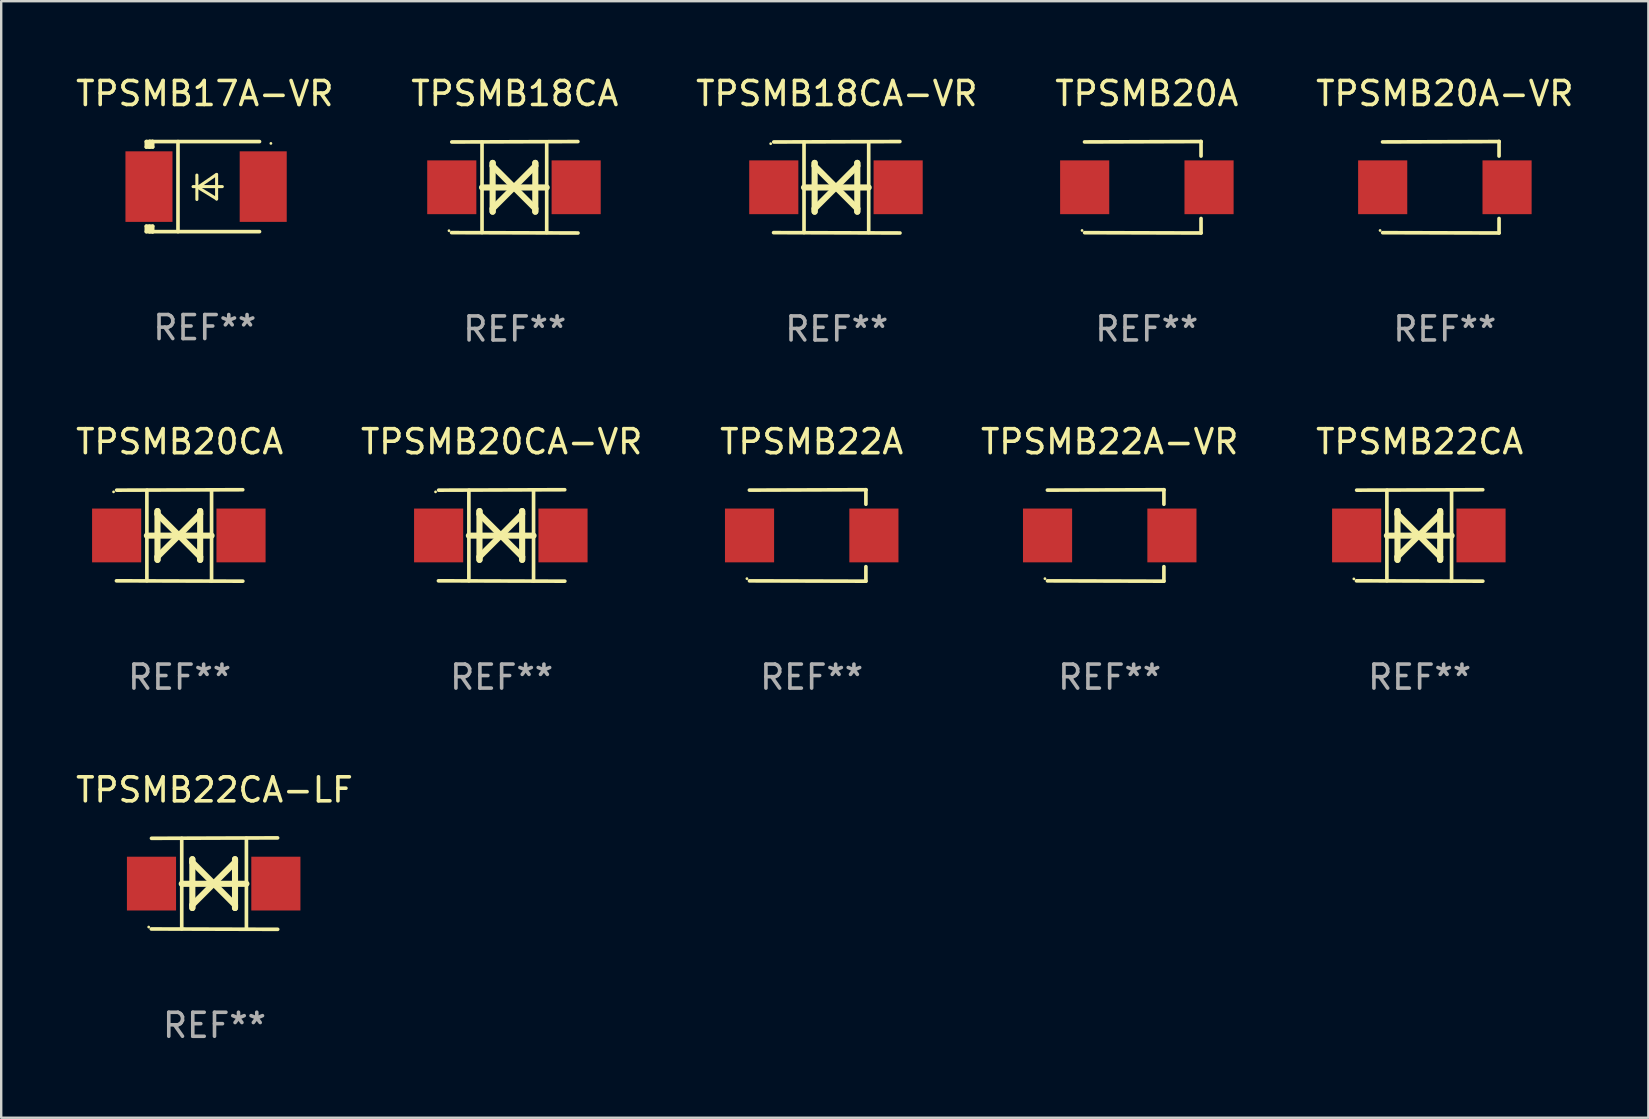
<source format=kicad_pcb>
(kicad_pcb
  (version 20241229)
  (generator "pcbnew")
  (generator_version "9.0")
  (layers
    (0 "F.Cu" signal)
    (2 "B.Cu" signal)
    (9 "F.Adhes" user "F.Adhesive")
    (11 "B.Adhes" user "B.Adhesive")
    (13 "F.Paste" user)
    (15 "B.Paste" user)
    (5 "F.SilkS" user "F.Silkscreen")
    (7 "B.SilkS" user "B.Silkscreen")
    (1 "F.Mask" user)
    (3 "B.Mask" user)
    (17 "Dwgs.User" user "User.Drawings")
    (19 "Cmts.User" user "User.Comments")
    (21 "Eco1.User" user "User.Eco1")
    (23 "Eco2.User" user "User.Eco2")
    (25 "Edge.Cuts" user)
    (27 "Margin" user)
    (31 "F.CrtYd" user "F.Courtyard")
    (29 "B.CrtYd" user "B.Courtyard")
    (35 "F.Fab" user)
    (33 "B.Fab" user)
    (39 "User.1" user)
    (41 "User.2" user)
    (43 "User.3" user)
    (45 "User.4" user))
  (footprint "TPSMB22CA"
    (layer "F.Cu")
    (at 56.101 19.26)
    (property "Reference" "TPSMB22CA" (at 0 -3.905 0) (layer "F.SilkS") (effects (font (size 1 1) (thickness 0.15))))
    (attr through_hole)
    (fp_line (start -1.365 1.886) (end -1.365 -1.886) (stroke (width 0.152) (type solid)) (layer "F.SilkS"))
    (fp_line (start -1.365 0.008) (end 1.33 0.008) (stroke (width 0.254) (type solid)) (layer "F.SilkS"))
    (fp_line (start -0.923 -1.016) (end -0.923 1.016) (stroke (width 0.254) (type solid)) (layer "F.SilkS"))
    (fp_line (start -0.923 -0.889) (end -0.923 -1.016) (stroke (width 0.254) (type solid)) (layer "F.SilkS"))
    (fp_line (start -0.923 0.889) (end -0.034 0) (stroke (width 0.254) (type solid)) (layer "F.SilkS"))
    (fp_line (start -0.923 1.016) (end -0.923 0.889) (stroke (width 0.254) (type solid)) (layer "F.SilkS"))
    (fp_line (start -0.034 0) (end -0.923 -0.889) (stroke (width 0.254) (type solid)) (layer "F.SilkS"))
    (fp_line (start -0.034 0) (end 0.855 0.889) (stroke (width 0.254) (type solid)) (layer "F.SilkS"))
    (fp_line (start 0.855 -1.016) (end 0.855 -0.889) (stroke (width 0.254) (type solid)) (layer "F.SilkS"))
    (fp_line (start 0.855 -0.889) (end -0.034 0) (stroke (width 0.254) (type solid)) (layer "F.SilkS"))
    (fp_line (start 0.855 0.889) (end 0.855 1.016) (stroke (width 0.254) (type solid)) (layer "F.SilkS"))
    (fp_line (start 0.855 1.016) (end 0.855 -1.016) (stroke (width 0.254) (type solid)) (layer "F.SilkS"))
    (fp_line (start 1.33 1.886) (end 1.33 -1.886) (stroke (width 0.152) (type solid)) (layer "F.SilkS"))
    (fp_line (start 2.629 -1.905) (end -2.625 -1.887) (stroke (width 0.152) (type solid)) (layer "F.SilkS"))
    (fp_line (start 2.633 1.905) (end -2.633 1.89) (stroke (width 0.152) (type solid)) (layer "F.SilkS"))
    (fp_circle (center -2.741 1.81) (end -2.711 1.81) (stroke (width 0.06) (type solid)) (fill no) (layer "F.SilkS"))
    (fp_text user "REF**" (at 0 5.905 0) (layer "F.Fab") (effects (font (size 1 1) (thickness 0.15))))
    (pad "1" smd rect (at -2.625 0) (size 2.047 2.241) (layers "F.Cu" "F.Mask" "F.Paste"))
    (pad "2" smd rect (at 2.557 0) (size 2.047 2.241) (layers "F.Cu" "F.Mask" "F.Paste")))
  (footprint "TPSMB22CA-LF"
    (layer "F.Cu")
    (at 5.887 33.766)
    (property "Reference" "TPSMB22CA-LF" (at 0 -3.905 0) (layer "F.SilkS") (effects (font (size 1 1) (thickness 0.15))))
    (attr through_hole)
    (fp_line (start -1.365 1.886) (end -1.365 -1.886) (stroke (width 0.152) (type solid)) (layer "F.SilkS"))
    (fp_line (start -1.365 0.008) (end 1.33 0.008) (stroke (width 0.254) (type solid)) (layer "F.SilkS"))
    (fp_line (start -0.923 -1.016) (end -0.923 1.016) (stroke (width 0.254) (type solid)) (layer "F.SilkS"))
    (fp_line (start -0.923 -0.889) (end -0.923 -1.016) (stroke (width 0.254) (type solid)) (layer "F.SilkS"))
    (fp_line (start -0.923 0.889) (end -0.034 0) (stroke (width 0.254) (type solid)) (layer "F.SilkS"))
    (fp_line (start -0.923 1.016) (end -0.923 0.889) (stroke (width 0.254) (type solid)) (layer "F.SilkS"))
    (fp_line (start -0.034 0) (end -0.923 -0.889) (stroke (width 0.254) (type solid)) (layer "F.SilkS"))
    (fp_line (start -0.034 0) (end 0.855 0.889) (stroke (width 0.254) (type solid)) (layer "F.SilkS"))
    (fp_line (start 0.855 -1.016) (end 0.855 -0.889) (stroke (width 0.254) (type solid)) (layer "F.SilkS"))
    (fp_line (start 0.855 -0.889) (end -0.034 0) (stroke (width 0.254) (type solid)) (layer "F.SilkS"))
    (fp_line (start 0.855 0.889) (end 0.855 1.016) (stroke (width 0.254) (type solid)) (layer "F.SilkS"))
    (fp_line (start 0.855 1.016) (end 0.855 -1.016) (stroke (width 0.254) (type solid)) (layer "F.SilkS"))
    (fp_line (start 1.33 1.886) (end 1.33 -1.886) (stroke (width 0.152) (type solid)) (layer "F.SilkS"))
    (fp_line (start 2.629 -1.905) (end -2.625 -1.887) (stroke (width 0.152) (type solid)) (layer "F.SilkS"))
    (fp_line (start 2.633 1.905) (end -2.633 1.89) (stroke (width 0.152) (type solid)) (layer "F.SilkS"))
    (fp_circle (center -2.741 1.81) (end -2.711 1.81) (stroke (width 0.06) (type solid)) (fill no) (layer "F.SilkS"))
    (fp_text user "REF**" (at 0 5.905 0) (layer "F.Fab") (effects (font (size 1 1) (thickness 0.15))))
    (pad "1" smd rect (at -2.625 0) (size 2.047 2.241) (layers "F.Cu" "F.Mask" "F.Paste"))
    (pad "2" smd rect (at 2.557 0) (size 2.047 2.241) (layers "F.Cu" "F.Mask" "F.Paste")))
  (footprint "TPSMB18CA"
    (layer "F.Cu")
    (at 18.399 4.753)
    (property "Reference" "TPSMB18CA" (at 0 -3.905 0) (layer "F.SilkS") (effects (font (size 1 1) (thickness 0.15))))
    (attr through_hole)
    (fp_line (start -1.365 1.886) (end -1.365 -1.886) (stroke (width 0.152) (type solid)) (layer "F.SilkS"))
    (fp_line (start -1.365 0.008) (end 1.33 0.008) (stroke (width 0.254) (type solid)) (layer "F.SilkS"))
    (fp_line (start -0.923 -1.016) (end -0.923 1.016) (stroke (width 0.254) (type solid)) (layer "F.SilkS"))
    (fp_line (start -0.923 -0.889) (end -0.923 -1.016) (stroke (width 0.254) (type solid)) (layer "F.SilkS"))
    (fp_line (start -0.923 0.889) (end -0.034 0) (stroke (width 0.254) (type solid)) (layer "F.SilkS"))
    (fp_line (start -0.923 1.016) (end -0.923 0.889) (stroke (width 0.254) (type solid)) (layer "F.SilkS"))
    (fp_line (start -0.034 0) (end -0.923 -0.889) (stroke (width 0.254) (type solid)) (layer "F.SilkS"))
    (fp_line (start -0.034 0) (end 0.855 0.889) (stroke (width 0.254) (type solid)) (layer "F.SilkS"))
    (fp_line (start 0.855 -1.016) (end 0.855 -0.889) (stroke (width 0.254) (type solid)) (layer "F.SilkS"))
    (fp_line (start 0.855 -0.889) (end -0.034 0) (stroke (width 0.254) (type solid)) (layer "F.SilkS"))
    (fp_line (start 0.855 0.889) (end 0.855 1.016) (stroke (width 0.254) (type solid)) (layer "F.SilkS"))
    (fp_line (start 0.855 1.016) (end 0.855 -1.016) (stroke (width 0.254) (type solid)) (layer "F.SilkS"))
    (fp_line (start 1.33 1.886) (end 1.33 -1.886) (stroke (width 0.152) (type solid)) (layer "F.SilkS"))
    (fp_line (start 2.629 -1.905) (end -2.625 -1.887) (stroke (width 0.152) (type solid)) (layer "F.SilkS"))
    (fp_line (start 2.633 1.905) (end -2.633 1.89) (stroke (width 0.152) (type solid)) (layer "F.SilkS"))
    (fp_circle (center -2.741 1.81) (end -2.711 1.81) (stroke (width 0.06) (type solid)) (fill no) (layer "F.SilkS"))
    (fp_text user "REF**" (at 0 5.905 0) (layer "F.Fab") (effects (font (size 1 1) (thickness 0.15))))
    (pad "1" smd rect (at -2.625 0) (size 2.047 2.241) (layers "F.Cu" "F.Mask" "F.Paste"))
    (pad "2" smd rect (at 2.557 0) (size 2.047 2.241) (layers "F.Cu" "F.Mask" "F.Paste")))
  (footprint "TPSMB18CA-VR"
    (layer "F.Cu")
    (at 31.815 4.753)
    (property "Reference" "TPSMB18CA-VR" (at 0 -3.905 0) (layer "F.SilkS") (effects (font (size 1 1) (thickness 0.15))))
    (attr through_hole)
    (fp_line (start -1.365 1.886) (end -1.365 -1.886) (stroke (width 0.152) (type solid)) (layer "F.SilkS"))
    (fp_line (start -1.365 0.008) (end 1.33 0.008) (stroke (width 0.254) (type solid)) (layer "F.SilkS"))
    (fp_line (start -0.923 -1.016) (end -0.923 1.016) (stroke (width 0.254) (type solid)) (layer "F.SilkS"))
    (fp_line (start -0.923 -0.889) (end -0.923 -1.016) (stroke (width 0.254) (type solid)) (layer "F.SilkS"))
    (fp_line (start -0.923 0.889) (end -0.034 0) (stroke (width 0.254) (type solid)) (layer "F.SilkS"))
    (fp_line (start -0.923 1.016) (end -0.923 0.889) (stroke (width 0.254) (type solid)) (layer "F.SilkS"))
    (fp_line (start -0.034 0) (end -0.923 -0.889) (stroke (width 0.254) (type solid)) (layer "F.SilkS"))
    (fp_line (start -0.034 0) (end 0.855 0.889) (stroke (width 0.254) (type solid)) (layer "F.SilkS"))
    (fp_line (start 0.855 -1.016) (end 0.855 -0.889) (stroke (width 0.254) (type solid)) (layer "F.SilkS"))
    (fp_line (start 0.855 -0.889) (end -0.034 0) (stroke (width 0.254) (type solid)) (layer "F.SilkS"))
    (fp_line (start 0.855 0.889) (end 0.855 1.016) (stroke (width 0.254) (type solid)) (layer "F.SilkS"))
    (fp_line (start 0.855 1.016) (end 0.855 -1.016) (stroke (width 0.254) (type solid)) (layer "F.SilkS"))
    (fp_line (start 1.33 1.886) (end 1.33 -1.886) (stroke (width 0.152) (type solid)) (layer "F.SilkS"))
    (fp_line (start 2.629 -1.905) (end -2.625 -1.887) (stroke (width 0.152) (type solid)) (layer "F.SilkS"))
    (fp_line (start 2.633 1.905) (end -2.633 1.89) (stroke (width 0.152) (type solid)) (layer "F.SilkS"))
    (fp_circle (center -2.753 -1.816) (end -2.723 -1.816) (stroke (width 0.06) (type solid)) (fill no) (layer "F.SilkS"))
    (fp_text user "REF**" (at 0 5.905 0) (layer "F.Fab") (effects (font (size 1 1) (thickness 0.15))))
    (pad "1" smd rect (at -2.625 0) (size 2.047 2.241) (layers "F.Cu" "F.Mask" "F.Paste"))
    (pad "2" smd rect (at 2.557 0) (size 2.047 2.241) (layers "F.Cu" "F.Mask" "F.Paste")))
  (footprint "TPSMB22A"
    (layer "F.Cu")
    (at 30.768 19.26)
    (property "Reference" "TPSMB22A" (at 0 -3.905 0) (layer "F.SilkS") (effects (font (size 1 1) (thickness 0.15))))
    (attr through_hole)
    (fp_line (start 2.256 -1.905) (end -2.594 -1.889) (stroke (width 0.152) (type solid)) (layer "F.SilkS"))
    (fp_line (start 2.256 -1.905) (end 2.26 -1.905) (stroke (width 0.152) (type solid)) (layer "F.SilkS"))
    (fp_line (start 2.26 -1.905) (end 2.26 -1.301) (stroke (width 0.152) (type solid)) (layer "F.SilkS"))
    (fp_line (start 2.26 1.301) (end 2.26 1.905) (stroke (width 0.152) (type solid)) (layer "F.SilkS"))
    (fp_line (start 2.26 1.905) (end -2.59 1.892) (stroke (width 0.152) (type solid)) (layer "F.SilkS"))
    (fp_circle (center -2.697 1.8) (end -2.667 1.8) (stroke (width 0.06) (type solid)) (fill no) (layer "F.SilkS"))
    (fp_text user "REF**" (at 0 5.905 0) (layer "F.Fab") (effects (font (size 1 1) (thickness 0.15))))
    (pad "1" smd rect (at -2.588 0) (size 2.047 2.241) (layers "F.Cu" "F.Mask" "F.Paste"))
    (pad "2" smd rect (at 2.594 0) (size 2.047 2.241) (layers "F.Cu" "F.Mask" "F.Paste")))
  (footprint "TPSMB20A"
    (layer "F.Cu")
    (at 44.732 4.753)
    (property "Reference" "TPSMB20A" (at 0 -3.905 0) (layer "F.SilkS") (effects (font (size 1 1) (thickness 0.15))))
    (attr through_hole)
    (fp_line (start 2.256 -1.905) (end -2.594 -1.889) (stroke (width 0.152) (type solid)) (layer "F.SilkS"))
    (fp_line (start 2.256 -1.905) (end 2.26 -1.905) (stroke (width 0.152) (type solid)) (layer "F.SilkS"))
    (fp_line (start 2.26 -1.905) (end 2.26 -1.301) (stroke (width 0.152) (type solid)) (layer "F.SilkS"))
    (fp_line (start 2.26 1.301) (end 2.26 1.905) (stroke (width 0.152) (type solid)) (layer "F.SilkS"))
    (fp_line (start 2.26 1.905) (end -2.59 1.892) (stroke (width 0.152) (type solid)) (layer "F.SilkS"))
    (fp_circle (center -2.697 1.8) (end -2.667 1.8) (stroke (width 0.06) (type solid)) (fill no) (layer "F.SilkS"))
    (fp_text user "REF**" (at 0 5.905 0) (layer "F.Fab") (effects (font (size 1 1) (thickness 0.15))))
    (pad "1" smd rect (at -2.588 0) (size 2.047 2.241) (layers "F.Cu" "F.Mask" "F.Paste"))
    (pad "2" smd rect (at 2.594 0) (size 2.047 2.241) (layers "F.Cu" "F.Mask" "F.Paste")))
  (footprint "TPSMB20CA"
    (layer "F.Cu")
    (at 4.435 19.26)
    (property "Reference" "TPSMB20CA" (at 0 -3.905 0) (layer "F.SilkS") (effects (font (size 1 1) (thickness 0.15))))
    (attr through_hole)
    (fp_line (start -1.365 1.886) (end -1.365 -1.886) (stroke (width 0.152) (type solid)) (layer "F.SilkS"))
    (fp_line (start -1.365 0.008) (end 1.33 0.008) (stroke (width 0.254) (type solid)) (layer "F.SilkS"))
    (fp_line (start -0.923 -1.016) (end -0.923 1.016) (stroke (width 0.254) (type solid)) (layer "F.SilkS"))
    (fp_line (start -0.923 -0.889) (end -0.923 -1.016) (stroke (width 0.254) (type solid)) (layer "F.SilkS"))
    (fp_line (start -0.923 0.889) (end -0.034 0) (stroke (width 0.254) (type solid)) (layer "F.SilkS"))
    (fp_line (start -0.923 1.016) (end -0.923 0.889) (stroke (width 0.254) (type solid)) (layer "F.SilkS"))
    (fp_line (start -0.034 0) (end -0.923 -0.889) (stroke (width 0.254) (type solid)) (layer "F.SilkS"))
    (fp_line (start -0.034 0) (end 0.855 0.889) (stroke (width 0.254) (type solid)) (layer "F.SilkS"))
    (fp_line (start 0.855 -1.016) (end 0.855 -0.889) (stroke (width 0.254) (type solid)) (layer "F.SilkS"))
    (fp_line (start 0.855 -0.889) (end -0.034 0) (stroke (width 0.254) (type solid)) (layer "F.SilkS"))
    (fp_line (start 0.855 0.889) (end 0.855 1.016) (stroke (width 0.254) (type solid)) (layer "F.SilkS"))
    (fp_line (start 0.855 1.016) (end 0.855 -1.016) (stroke (width 0.254) (type solid)) (layer "F.SilkS"))
    (fp_line (start 1.33 1.886) (end 1.33 -1.886) (stroke (width 0.152) (type solid)) (layer "F.SilkS"))
    (fp_line (start 2.629 -1.905) (end -2.625 -1.887) (stroke (width 0.152) (type solid)) (layer "F.SilkS"))
    (fp_line (start 2.633 1.905) (end -2.633 1.89) (stroke (width 0.152) (type solid)) (layer "F.SilkS"))
    (fp_circle (center -2.753 -1.816) (end -2.723 -1.816) (stroke (width 0.06) (type solid)) (fill no) (layer "F.SilkS"))
    (fp_text user "REF**" (at 0 5.905 0) (layer "F.Fab") (effects (font (size 1 1) (thickness 0.15))))
    (pad "1" smd rect (at -2.625 0) (size 2.047 2.241) (layers "F.Cu" "F.Mask" "F.Paste"))
    (pad "2" smd rect (at 2.557 0) (size 2.047 2.241) (layers "F.Cu" "F.Mask" "F.Paste")))
  (footprint "TPSMB22A-VR"
    (layer "F.Cu")
    (at 43.185 19.26)
    (property "Reference" "TPSMB22A-VR" (at 0 -3.905 0) (layer "F.SilkS") (effects (font (size 1 1) (thickness 0.15))))
    (attr through_hole)
    (fp_line (start 2.256 -1.905) (end -2.594 -1.889) (stroke (width 0.152) (type solid)) (layer "F.SilkS"))
    (fp_line (start 2.256 -1.905) (end 2.26 -1.905) (stroke (width 0.152) (type solid)) (layer "F.SilkS"))
    (fp_line (start 2.26 -1.905) (end 2.26 -1.301) (stroke (width 0.152) (type solid)) (layer "F.SilkS"))
    (fp_line (start 2.26 1.301) (end 2.26 1.905) (stroke (width 0.152) (type solid)) (layer "F.SilkS"))
    (fp_line (start 2.26 1.905) (end -2.59 1.892) (stroke (width 0.152) (type solid)) (layer "F.SilkS"))
    (fp_circle (center -2.697 1.8) (end -2.667 1.8) (stroke (width 0.06) (type solid)) (fill no) (layer "F.SilkS"))
    (fp_text user "REF**" (at 0 5.905 0) (layer "F.Fab") (effects (font (size 1 1) (thickness 0.15))))
    (pad "1" smd rect (at -2.588 0) (size 2.047 2.241) (layers "F.Cu" "F.Mask" "F.Paste"))
    (pad "2" smd rect (at 2.594 0) (size 2.047 2.241) (layers "F.Cu" "F.Mask" "F.Paste")))
  (footprint "TPSMB20CA-VR"
    (layer "F.Cu")
    (at 17.851 19.26)
    (property "Reference" "TPSMB20CA-VR" (at 0 -3.905 0) (layer "F.SilkS") (effects (font (size 1 1) (thickness 0.15))))
    (attr through_hole)
    (fp_line (start -1.365 1.886) (end -1.365 -1.886) (stroke (width 0.152) (type solid)) (layer "F.SilkS"))
    (fp_line (start -1.365 0.008) (end 1.33 0.008) (stroke (width 0.254) (type solid)) (layer "F.SilkS"))
    (fp_line (start -0.923 -1.016) (end -0.923 1.016) (stroke (width 0.254) (type solid)) (layer "F.SilkS"))
    (fp_line (start -0.923 -0.889) (end -0.923 -1.016) (stroke (width 0.254) (type solid)) (layer "F.SilkS"))
    (fp_line (start -0.923 0.889) (end -0.034 0) (stroke (width 0.254) (type solid)) (layer "F.SilkS"))
    (fp_line (start -0.923 1.016) (end -0.923 0.889) (stroke (width 0.254) (type solid)) (layer "F.SilkS"))
    (fp_line (start -0.034 0) (end -0.923 -0.889) (stroke (width 0.254) (type solid)) (layer "F.SilkS"))
    (fp_line (start -0.034 0) (end 0.855 0.889) (stroke (width 0.254) (type solid)) (layer "F.SilkS"))
    (fp_line (start 0.855 -1.016) (end 0.855 -0.889) (stroke (width 0.254) (type solid)) (layer "F.SilkS"))
    (fp_line (start 0.855 -0.889) (end -0.034 0) (stroke (width 0.254) (type solid)) (layer "F.SilkS"))
    (fp_line (start 0.855 0.889) (end 0.855 1.016) (stroke (width 0.254) (type solid)) (layer "F.SilkS"))
    (fp_line (start 0.855 1.016) (end 0.855 -1.016) (stroke (width 0.254) (type solid)) (layer "F.SilkS"))
    (fp_line (start 1.33 1.886) (end 1.33 -1.886) (stroke (width 0.152) (type solid)) (layer "F.SilkS"))
    (fp_line (start 2.629 -1.905) (end -2.625 -1.887) (stroke (width 0.152) (type solid)) (layer "F.SilkS"))
    (fp_line (start 2.633 1.905) (end -2.633 1.89) (stroke (width 0.152) (type solid)) (layer "F.SilkS"))
    (fp_circle (center -2.753 -1.816) (end -2.723 -1.816) (stroke (width 0.06) (type solid)) (fill no) (layer "F.SilkS"))
    (fp_text user "REF**" (at 0 5.905 0) (layer "F.Fab") (effects (font (size 1 1) (thickness 0.15))))
    (pad "1" smd rect (at -2.625 0) (size 2.047 2.241) (layers "F.Cu" "F.Mask" "F.Paste"))
    (pad "2" smd rect (at 2.557 0) (size 2.047 2.241) (layers "F.Cu" "F.Mask" "F.Paste")))
  (footprint "TPSMB17A-VR"
    (layer "F.Cu")
    (at 5.482 4.725)
    (property "Reference" "TPSMB17A-VR" (at 0 -3.876 0) (layer "F.SilkS") (effects (font (size 1 1) (thickness 0.15))))
    (attr through_hole)
    (fp_line (start -2.435 1.65) (end -2.171 1.65) (stroke (width 0.152) (type solid)) (layer "F.SilkS"))
    (fp_line (start -2.435 1.876) (end -2.435 1.65) (stroke (width 0.152) (type solid)) (layer "F.SilkS"))
    (fp_line (start -2.435 -1.876) (end -2.171 -1.876) (stroke (width 0.152) (type solid)) (layer "F.SilkS"))
    (fp_line (start -2.435 -1.65) (end -2.435 -1.876) (stroke (width 0.152) (type solid)) (layer "F.SilkS"))
    (fp_line (start -2.305 -1.866) (end -2.295 -1.876) (stroke (width 0.152) (type solid)) (layer "F.SilkS"))
    (fp_line (start -2.305 -1.65) (end -2.305 -1.866) (stroke (width 0.152) (type solid)) (layer "F.SilkS"))
    (fp_line (start -2.305 1.876) (end -2.305 1.65) (stroke (width 0.152) (type solid)) (layer "F.SilkS"))
    (fp_line (start -2.295 -1.876) (end -2.295 -1.65) (stroke (width 0.152) (type solid)) (layer "F.SilkS"))
    (fp_line (start -2.171 1.876) (end -2.435 1.876) (stroke (width 0.152) (type solid)) (layer "F.SilkS"))
    (fp_line (start -2.171 -1.65) (end -2.435 -1.65) (stroke (width 0.152) (type solid)) (layer "F.SilkS"))
    (fp_line (start -2.171 -1.876) (end -2.295 -1.876) (stroke (width 0.152) (type solid)) (layer "F.SilkS"))
    (fp_line (start -2.171 -1.65) (end -2.171 -1.876) (stroke (width 0.152) (type solid)) (layer "F.SilkS"))
    (fp_line (start -2.171 1.876) (end -2.305 1.876) (stroke (width 0.152) (type solid)) (layer "F.SilkS"))
    (fp_line (start -2.171 1.876) (end -2.171 1.65) (stroke (width 0.152) (type solid)) (layer "F.SilkS"))
    (fp_line (start -1.116 1.876) (end -1.116 -1.876) (stroke (width 0.152) (type solid)) (layer "F.SilkS"))
    (fp_line (start -0.488 0.000102) (end 0.731 0.000102) (stroke (width 0.127) (type solid)) (layer "F.SilkS"))
    (fp_line (start -0.329 -0.48) (end -0.329 0.536) (stroke (width 0.127) (type solid)) (layer "F.SilkS"))
    (fp_line (start -0.29 0.03) (end 0.493 0.51) (stroke (width 0.127) (type solid)) (layer "F.SilkS"))
    (fp_line (start 0.493 -0.51) (end -0.29 0.03) (stroke (width 0.127) (type solid)) (layer "F.SilkS"))
    (fp_line (start 0.493 0.52) (end 0.493 -0.496) (stroke (width 0.127) (type solid)) (layer "F.SilkS"))
    (fp_line (start 2.281 -1.876) (end -2.171 -1.876) (stroke (width 0.152) (type solid)) (layer "F.SilkS"))
    (fp_line (start 2.281 1.876) (end -2.171 1.876) (stroke (width 0.152) (type solid)) (layer "F.SilkS"))
    (fp_circle (center 2.755 -1.8) (end 2.785 -1.8) (stroke (width 0.06) (type solid)) (fill no) (layer "F.SilkS"))
    (fp_text user "REF**" (at 0 5.876 0) (layer "F.Fab") (effects (font (size 1 1) (thickness 0.15))))
    (pad "1" smd rect (at 2.435 -0.000025 180) (size 1.96 2.94) (layers "F.Cu" "F.Mask" "F.Paste"))
    (pad "2" smd rect (at -2.325 -0.000025 180) (size 1.96 2.94) (layers "F.Cu" "F.Mask" "F.Paste")))
  (footprint "TPSMB20A-VR"
    (layer "F.Cu")
    (at 57.149 4.753)
    (property "Reference" "TPSMB20A-VR" (at 0 -3.905 0) (layer "F.SilkS") (effects (font (size 1 1) (thickness 0.15))))
    (attr through_hole)
    (fp_line (start 2.256 -1.905) (end -2.594 -1.889) (stroke (width 0.152) (type solid)) (layer "F.SilkS"))
    (fp_line (start 2.256 -1.905) (end 2.26 -1.905) (stroke (width 0.152) (type solid)) (layer "F.SilkS"))
    (fp_line (start 2.26 -1.905) (end 2.26 -1.301) (stroke (width 0.152) (type solid)) (layer "F.SilkS"))
    (fp_line (start 2.26 1.301) (end 2.26 1.905) (stroke (width 0.152) (type solid)) (layer "F.SilkS"))
    (fp_line (start 2.26 1.905) (end -2.59 1.892) (stroke (width 0.152) (type solid)) (layer "F.SilkS"))
    (fp_circle (center -2.697 1.8) (end -2.667 1.8) (stroke (width 0.06) (type solid)) (fill no) (layer "F.SilkS"))
    (fp_text user "REF**" (at 0 5.905 0) (layer "F.Fab") (effects (font (size 1 1) (thickness 0.15))))
    (pad "1" smd rect (at -2.588 0) (size 2.047 2.241) (layers "F.Cu" "F.Mask" "F.Paste"))
    (pad "2" smd rect (at 2.594 0) (size 2.047 2.241) (layers "F.Cu" "F.Mask" "F.Paste")))
  (gr_rect
    (start -3 -3)
    (end 65.631 43.52)
    (stroke (width 0.1) (type default))
    (fill no)
    (layer "Edge.Cuts")))
</source>
